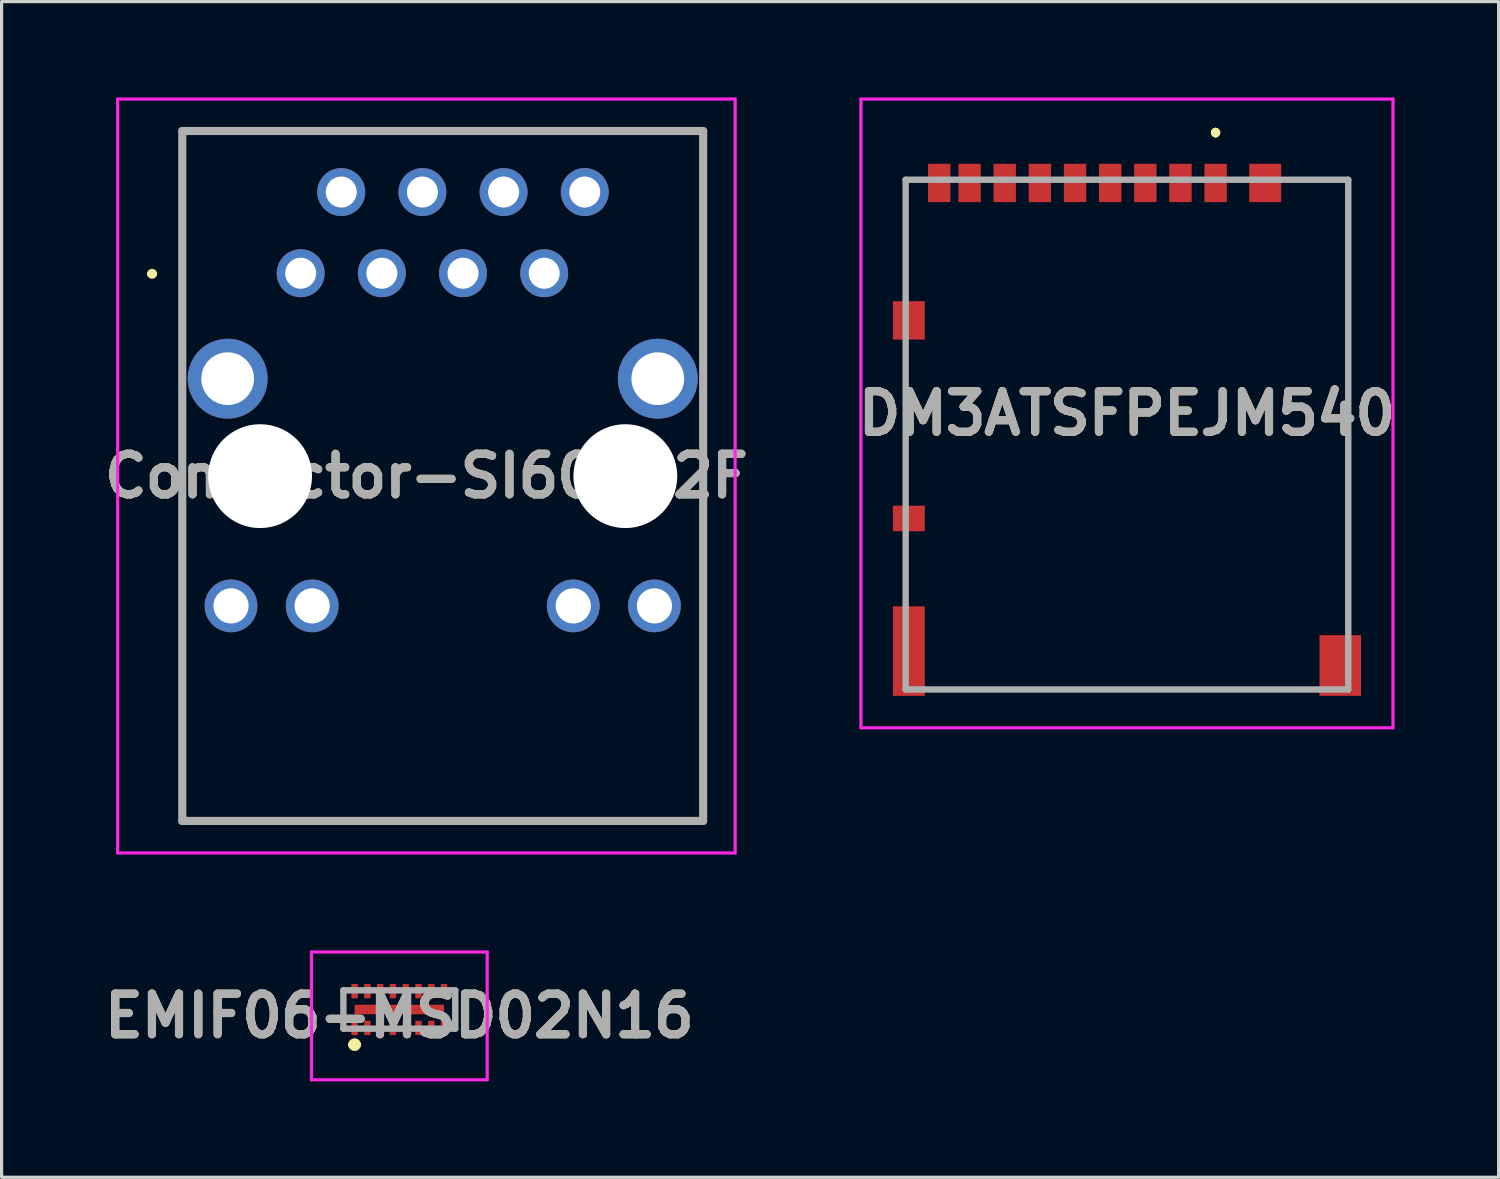
<source format=kicad_pcb>
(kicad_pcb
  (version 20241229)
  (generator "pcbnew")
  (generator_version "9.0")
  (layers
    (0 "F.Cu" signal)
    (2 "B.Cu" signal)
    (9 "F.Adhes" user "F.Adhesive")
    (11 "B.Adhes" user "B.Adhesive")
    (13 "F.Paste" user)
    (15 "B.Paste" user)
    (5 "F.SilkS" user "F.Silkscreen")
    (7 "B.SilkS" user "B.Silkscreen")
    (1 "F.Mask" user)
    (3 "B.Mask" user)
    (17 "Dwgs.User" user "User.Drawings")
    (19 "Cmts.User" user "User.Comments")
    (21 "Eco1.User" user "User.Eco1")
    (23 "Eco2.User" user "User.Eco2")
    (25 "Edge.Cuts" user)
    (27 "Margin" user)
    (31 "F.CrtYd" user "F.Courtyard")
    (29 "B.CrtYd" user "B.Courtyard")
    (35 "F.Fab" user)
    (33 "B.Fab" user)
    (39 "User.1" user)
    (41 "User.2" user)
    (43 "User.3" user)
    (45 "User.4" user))
  (footprint "Connector-SI60062F"
    (layer "F.Cu")
    (at 6.359 5.5)
    (property "Reference" "Connector-SI60062F" (at 3.934 6.345 0) (layer "F.SilkS") (effects (font (size 1.27 1.27) (thickness 0.254))))
    (attr through_hole)
    (fp_line (start -4.727 0.018) (end -4.727 0.018) (stroke (width 0.157) (type solid)) (layer "F.SilkS"))
    (fp_line (start -4.571 0.018) (end -4.571 0.018) (stroke (width 0.157) (type solid)) (layer "F.SilkS"))
    (fp_line (start -3.705 -4.45) (end 12.595 -4.45) (stroke (width 0.2) (type solid)) (layer "F.SilkS"))
    (fp_line (start -3.705 0.018) (end -3.705 -4.45) (stroke (width 0.2) (type solid)) (layer "F.SilkS"))
    (fp_line (start -3.705 6.35) (end -3.705 17.14) (stroke (width 0.2) (type solid)) (layer "F.SilkS"))
    (fp_line (start -3.705 17.14) (end 12.595 17.14) (stroke (width 0.2) (type solid)) (layer "F.SilkS"))
    (fp_line (start 12.595 -4.45) (end 12.595 0.018) (stroke (width 0.2) (type solid)) (layer "F.SilkS"))
    (fp_line (start 12.595 17.14) (end 12.595 6.35) (stroke (width 0.2) (type solid)) (layer "F.SilkS"))
    (fp_arc (start -4.727 0.018) (mid -4.649 -0.06) (end -4.571 0.018) (stroke (width 0.15652) (type solid)) (layer "F.SilkS"))
    (fp_arc (start -4.571 0.018) (mid -4.649 0.096) (end -4.727 0.018) (stroke (width 0.15652) (type solid)) (layer "F.SilkS"))
    (fp_line (start -5.727 -5.45) (end 13.595 -5.45) (stroke (width 0.1) (type solid)) (layer "F.CrtYd"))
    (fp_line (start -5.727 18.14) (end -5.727 -5.45) (stroke (width 0.1) (type solid)) (layer "F.CrtYd"))
    (fp_line (start 13.595 -5.45) (end 13.595 18.14) (stroke (width 0.1) (type solid)) (layer "F.CrtYd"))
    (fp_line (start 13.595 18.14) (end -5.727 18.14) (stroke (width 0.1) (type solid)) (layer "F.CrtYd"))
    (fp_line (start -3.705 -4.45) (end 12.595 -4.45) (stroke (width 0.254) (type solid)) (layer "F.Fab"))
    (fp_line (start -3.705 17.14) (end -3.705 -4.45) (stroke (width 0.254) (type solid)) (layer "F.Fab"))
    (fp_line (start 12.595 -4.45) (end 12.595 17.14) (stroke (width 0.254) (type solid)) (layer "F.Fab"))
    (fp_line (start 12.595 17.14) (end -3.705 17.14) (stroke (width 0.254) (type solid)) (layer "F.Fab"))
    (fp_text user "${REFERENCE}" (at 3.934 6.345 0) (layer "F.Fab") (effects (font (size 1.27 1.27) (thickness 0.254))))
    (pad "" np_thru_hole circle (at -1.27 6.35) (size 3.25 3.25) (drill 3.25) (layers "*.Cu" "*.Mask"))
    (pad "" np_thru_hole circle (at 10.16 6.35) (size 3.25 3.25) (drill 3.25) (layers "*.Cu" "*.Mask"))
    (pad "1" thru_hole circle (at 0 0) (size 1.5 1.5) (drill 0.97) (layers "*.Cu" "*.Mask"))
    (pad "2" thru_hole circle (at 1.27 -2.54) (size 1.5 1.5) (drill 0.97) (layers "*.Cu" "*.Mask"))
    (pad "3" thru_hole circle (at 2.54 0) (size 1.5 1.5) (drill 0.97) (layers "*.Cu" "*.Mask"))
    (pad "4" thru_hole circle (at 3.81 -2.54) (size 1.5 1.5) (drill 0.97) (layers "*.Cu" "*.Mask"))
    (pad "5" thru_hole circle (at 5.08 0) (size 1.5 1.5) (drill 0.97) (layers "*.Cu" "*.Mask"))
    (pad "6" thru_hole circle (at 6.35 -2.54) (size 1.5 1.5) (drill 0.97) (layers "*.Cu" "*.Mask"))
    (pad "7" thru_hole circle (at 7.62 0) (size 1.5 1.5) (drill 0.97) (layers "*.Cu" "*.Mask"))
    (pad "8" thru_hole circle (at 8.89 -2.54) (size 1.5 1.5) (drill 0.97) (layers "*.Cu" "*.Mask"))
    (pad "9" thru_hole circle (at -2.285 3.3) (size 2.5 2.5) (drill 1.65) (layers "*.Cu" "*.Mask"))
    (pad "10" thru_hole circle (at 11.175 3.3) (size 2.5 2.5) (drill 1.65) (layers "*.Cu" "*.Mask"))
    (pad "11" thru_hole circle (at -2.18 10.41) (size 1.65 1.65) (drill 1.1) (layers "*.Cu" "*.Mask"))
    (pad "12" thru_hole circle (at 0.36 10.41) (size 1.65 1.65) (drill 1.1) (layers "*.Cu" "*.Mask"))
    (pad "13" thru_hole circle (at 8.53 10.41) (size 1.65 1.65) (drill 1.1) (layers "*.Cu" "*.Mask"))
    (pad "14" thru_hole circle (at 11.07 10.41) (size 1.65 1.65) (drill 1.1) (layers "*.Cu" "*.Mask")))
  (footprint "DM3ATSFPEJM540"
    (layer "F.Cu")
    (at 34.991 3.275)
    (property "Reference" "DM3ATSFPEJM540" (at -2.775 6.613 0) (layer "F.SilkS") (effects (font (size 1.27 1.27) (thickness 0.254))))
    (attr smd)
    (fp_line (start -9.7 2.525) (end -9.7 -0.7) (stroke (width 0.1) (type solid)) (layer "F.SilkS"))
    (fp_line (start -9.7 5.025) (end -9.7 9.025) (stroke (width 0.1) (type solid)) (layer "F.SilkS"))
    (fp_line (start -8.525 15.25) (end 2.725 15.275) (stroke (width 0.1) (type solid)) (layer "F.SilkS"))
    (fp_line (start 0 -2.225) (end 0 -2.225) (stroke (width 0.2) (type solid)) (layer "F.SilkS"))
    (fp_line (start 0 -2.225) (end 0 -2.225) (stroke (width 0.2) (type solid)) (layer "F.SilkS"))
    (fp_line (start 0 -2.125) (end 0 -2.125) (stroke (width 0.2) (type solid)) (layer "F.SilkS"))
    (fp_line (start 4.15 -0.725) (end 2.475 -0.725) (stroke (width 0.1) (type solid)) (layer "F.SilkS"))
    (fp_line (start 4.15 13.025) (end 4.15 -0.725) (stroke (width 0.1) (type solid)) (layer "F.SilkS"))
    (fp_arc (start 0 -2.225) (mid 0.05 -2.175) (end 0 -2.125) (stroke (width 0.2) (type solid)) (layer "F.SilkS"))
    (fp_arc (start 0 -2.125) (mid -0.05 -2.175) (end 0 -2.225) (stroke (width 0.2) (type solid)) (layer "F.SilkS"))
    (fp_arc (start 0 -2.125) (mid -0.05 -2.175) (end 0 -2.225) (stroke (width 0.2) (type solid)) (layer "F.SilkS"))
    (fp_line (start -11.1 -3.225) (end 5.55 -3.225) (stroke (width 0.1) (type solid)) (layer "F.CrtYd"))
    (fp_line (start -11.1 16.45) (end -11.1 -3.225) (stroke (width 0.1) (type solid)) (layer "F.CrtYd"))
    (fp_line (start 5.55 -3.225) (end 5.55 16.45) (stroke (width 0.1) (type solid)) (layer "F.CrtYd"))
    (fp_line (start 5.55 16.45) (end -11.1 16.45) (stroke (width 0.1) (type solid)) (layer "F.CrtYd"))
    (fp_line (start -9.7 -0.7) (end -9.7 15.25) (stroke (width 0.2) (type solid)) (layer "F.Fab"))
    (fp_line (start -9.7 15.25) (end 4.15 15.25) (stroke (width 0.2) (type solid)) (layer "F.Fab"))
    (fp_line (start 4.15 -0.7) (end -9.7 -0.7) (stroke (width 0.2) (type solid)) (layer "F.Fab"))
    (fp_line (start 4.15 15.25) (end 4.15 -0.7) (stroke (width 0.2) (type solid)) (layer "F.Fab"))
    (fp_text user "${REFERENCE}" (at -2.775 6.613 0) (layer "F.Fab") (effects (font (size 1.27 1.27) (thickness 0.254))))
    (pad "1" smd rect (at 0 -0.6) (size 0.7 1.2) (layers "F.Cu" "F.Mask" "F.Paste"))
    (pad "2" smd rect (at -1.1 -0.6) (size 0.7 1.2) (layers "F.Cu" "F.Mask" "F.Paste"))
    (pad "3" smd rect (at -2.2 -0.6) (size 0.7 1.2) (layers "F.Cu" "F.Mask" "F.Paste"))
    (pad "4" smd rect (at -3.3 -0.6) (size 0.7 1.2) (layers "F.Cu" "F.Mask" "F.Paste"))
    (pad "5" smd rect (at -4.4 -0.6) (size 0.7 1.2) (layers "F.Cu" "F.Mask" "F.Paste"))
    (pad "6" smd rect (at -5.5 -0.6) (size 0.7 1.2) (layers "F.Cu" "F.Mask" "F.Paste"))
    (pad "7" smd rect (at -6.6 -0.6) (size 0.7 1.2) (layers "F.Cu" "F.Mask" "F.Paste"))
    (pad "8" smd rect (at -7.7 -0.6) (size 0.7 1.2) (layers "F.Cu" "F.Mask" "F.Paste"))
    (pad "CD1" smd rect (at -8.65 -0.6) (size 0.7 1.2) (layers "F.Cu" "F.Mask" "F.Paste"))
    (pad "MP1" smd rect (at 1.55 -0.6) (size 1 1.2) (layers "F.Cu" "F.Mask" "F.Paste"))
    (pad "MP2" smd rect (at -9.6 3.7) (size 1 1.2) (layers "F.Cu" "F.Mask" "F.Paste"))
    (pad "MP3" smd rect (at -9.6 9.9 90) (size 0.8 1) (layers "F.Cu" "F.Mask" "F.Paste"))
    (pad "MP4" smd rect (at -9.6 14.05) (size 1 2.8) (layers "F.Cu" "F.Mask" "F.Paste"))
    (pad "MP5" smd rect (at 3.9 14.5) (size 1.3 1.9) (layers "F.Cu" "F.Mask" "F.Paste")))
  (footprint "EMIF06-MSD02N16"
    (layer "F.Cu")
    (at 9.446 28.74)
    (property "Reference" "EMIF06-MSD02N16" (at 0 0 0) (layer "F.SilkS") (effects (font (size 1.27 1.27) (thickness 0.254))))
    (attr smd)
    (fp_line (start -1.75 -0.8) (end -1.75 0.4) (stroke (width 0.1) (type solid)) (layer "F.SilkS"))
    (fp_line (start -1.5 0.9) (end -1.5 0.9) (stroke (width 0.2) (type solid)) (layer "F.SilkS"))
    (fp_line (start -1.3 0.9) (end -1.3 0.9) (stroke (width 0.2) (type solid)) (layer "F.SilkS"))
    (fp_line (start 1.75 -0.8) (end 1.75 0.4) (stroke (width 0.1) (type solid)) (layer "F.SilkS"))
    (fp_arc (start -1.5 0.9) (mid -1.4 0.8) (end -1.3 0.9) (stroke (width 0.2) (type solid)) (layer "F.SilkS"))
    (fp_arc (start -1.3 0.9) (mid -1.4 1) (end -1.5 0.9) (stroke (width 0.2) (type solid)) (layer "F.SilkS"))
    (fp_line (start -2.75 -2) (end 2.75 -2) (stroke (width 0.1) (type solid)) (layer "F.CrtYd"))
    (fp_line (start -2.75 2) (end -2.75 -2) (stroke (width 0.1) (type solid)) (layer "F.CrtYd"))
    (fp_line (start 2.75 -2) (end 2.75 2) (stroke (width 0.1) (type solid)) (layer "F.CrtYd"))
    (fp_line (start 2.75 2) (end -2.75 2) (stroke (width 0.1) (type solid)) (layer "F.CrtYd"))
    (fp_line (start -1.75 -0.8) (end 1.75 -0.8) (stroke (width 0.2) (type solid)) (layer "F.Fab"))
    (fp_line (start -1.75 0.4) (end -1.75 -0.8) (stroke (width 0.2) (type solid)) (layer "F.Fab"))
    (fp_line (start 1.75 -0.8) (end 1.75 0.4) (stroke (width 0.2) (type solid)) (layer "F.Fab"))
    (fp_line (start 1.75 0.4) (end -1.75 0.4) (stroke (width 0.2) (type solid)) (layer "F.Fab"))
    (fp_text user "${REFERENCE}" (at 0 0 0) (layer "F.Fab") (effects (font (size 1.27 1.27) (thickness 0.254))))
    (pad "1" smd rect (at -1.4 0.375) (size 0.2 0.45) (layers "F.Cu" "F.Mask" "F.Paste"))
    (pad "2" smd rect (at -1 0.375) (size 0.2 0.45) (layers "F.Cu" "F.Mask" "F.Paste"))
    (pad "3" smd rect (at -0.6 0.375) (size 0.2 0.45) (layers "F.Cu" "F.Mask" "F.Paste"))
    (pad "4" smd rect (at -0.2 0.375) (size 0.2 0.45) (layers "F.Cu" "F.Mask" "F.Paste"))
    (pad "5" smd rect (at 0.2 0.375) (size 0.2 0.45) (layers "F.Cu" "F.Mask" "F.Paste"))
    (pad "6" smd rect (at 0.6 0.375) (size 0.2 0.45) (layers "F.Cu" "F.Mask" "F.Paste"))
    (pad "7" smd rect (at 1 0.375) (size 0.2 0.45) (layers "F.Cu" "F.Mask" "F.Paste"))
    (pad "8" smd rect (at 1.4 0.375) (size 0.2 0.45) (layers "F.Cu" "F.Mask" "F.Paste"))
    (pad "9" smd rect (at 1.4 -0.775) (size 0.2 0.45) (layers "F.Cu" "F.Mask" "F.Paste"))
    (pad "10" smd rect (at 1 -0.775) (size 0.2 0.45) (layers "F.Cu" "F.Mask" "F.Paste"))
    (pad "11" smd rect (at 0.6 -0.775) (size 0.2 0.45) (layers "F.Cu" "F.Mask" "F.Paste"))
    (pad "12" smd rect (at 0.2 -0.775) (size 0.2 0.45) (layers "F.Cu" "F.Mask" "F.Paste"))
    (pad "13" smd rect (at -0.2 -0.775) (size 0.2 0.45) (layers "F.Cu" "F.Mask" "F.Paste"))
    (pad "14" smd rect (at -0.6 -0.775) (size 0.2 0.45) (layers "F.Cu" "F.Mask" "F.Paste"))
    (pad "15" smd rect (at -1 -0.775) (size 0.2 0.45) (layers "F.Cu" "F.Mask" "F.Paste"))
    (pad "16" smd rect (at -1.4 -0.775) (size 0.2 0.45) (layers "F.Cu" "F.Mask" "F.Paste"))
    (pad "17" smd rect (at 0 -0.2 90) (size 0.3 2.8) (layers "F.Cu" "F.Mask" "F.Paste")))
  (gr_rect
    (start -3 -3)
    (end 43.846 33.79)
    (stroke (width 0.1) (type default))
    (fill no)
    (layer "Edge.Cuts")))
</source>
